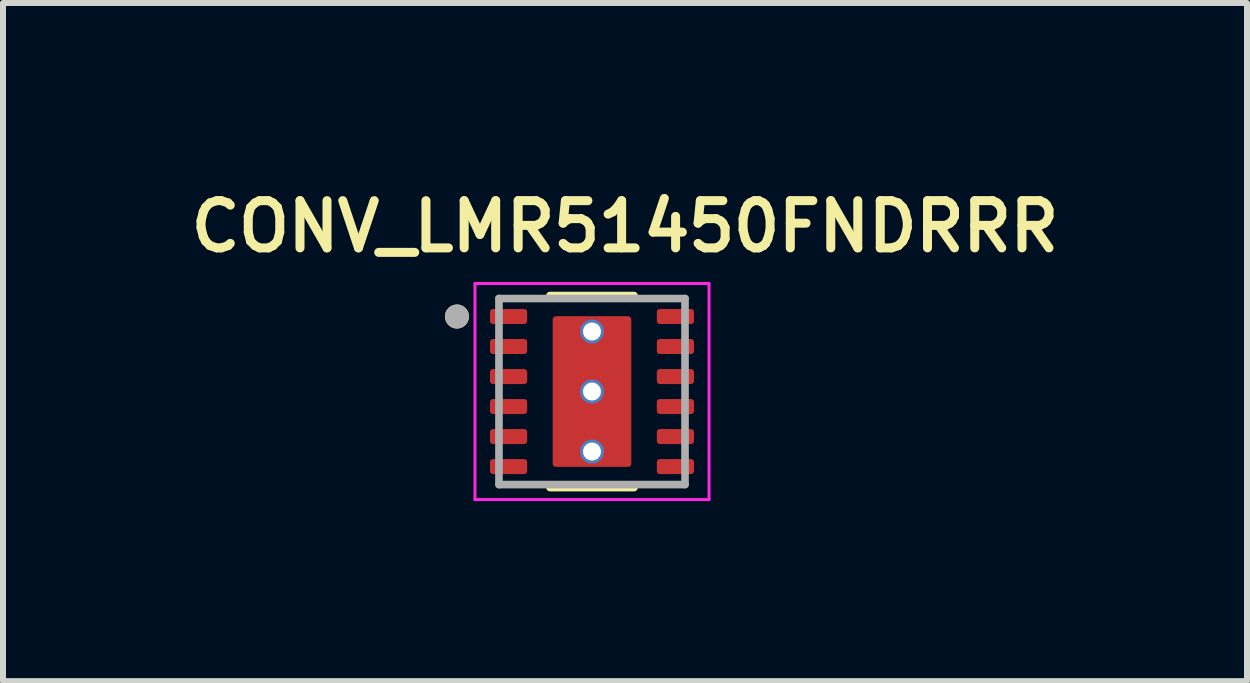
<source format=kicad_pcb>
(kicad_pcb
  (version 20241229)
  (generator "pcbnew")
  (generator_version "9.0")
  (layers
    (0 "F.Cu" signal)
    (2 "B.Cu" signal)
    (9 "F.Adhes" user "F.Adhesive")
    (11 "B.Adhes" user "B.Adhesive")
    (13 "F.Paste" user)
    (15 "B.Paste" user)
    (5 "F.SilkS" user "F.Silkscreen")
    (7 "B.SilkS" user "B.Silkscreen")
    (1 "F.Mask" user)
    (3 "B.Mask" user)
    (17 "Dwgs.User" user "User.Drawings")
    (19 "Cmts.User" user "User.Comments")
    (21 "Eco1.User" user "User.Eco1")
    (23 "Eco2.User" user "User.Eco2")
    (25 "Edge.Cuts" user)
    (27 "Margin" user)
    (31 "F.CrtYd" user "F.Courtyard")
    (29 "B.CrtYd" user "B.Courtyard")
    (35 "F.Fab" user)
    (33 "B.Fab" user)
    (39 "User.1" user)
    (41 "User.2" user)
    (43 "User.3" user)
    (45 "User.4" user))
  (footprint "CONV_LMR51450FNDRRR"
    (layer "F.Cu")
    (at 6.814 3.474)
    (property "Reference" "CONV_LMR51450FNDRRR" (at 0.55 -2.75 0) (layer "F.SilkS") (effects (font (size 0.787 0.787) (thickness 0.15))))
    (attr smd)
    (fp_poly (pts (xy -1.645 -0.94) (xy -1.135 -0.94) (xy -1.129 -0.94) (xy -1.122 -0.939) (xy -1.116 -0.939) (xy -1.11 -0.937) (xy -1.104 -0.936) (xy -1.098 -0.934) (xy -1.092 -0.932) (xy -1.086 -0.93) (xy -1.081 -0.927) (xy -1.075 -0.924) (xy -1.07 -0.921) (xy -1.064 -0.917) (xy -1.059 -0.913) (xy -1.055 -0.909) (xy -1.05 -0.905) (xy -1.046 -0.9) (xy -1.042 -0.896) (xy -1.038 -0.891) (xy -1.034 -0.885) (xy -1.031 -0.88) (xy -1.028 -0.874) (xy -1.025 -0.869) (xy -1.023 -0.863) (xy -1.021 -0.857) (xy -1.019 -0.851) (xy -1.018 -0.845) (xy -1.016 -0.839) (xy -1.016 -0.833) (xy -1.015 -0.826) (xy -1.015 -0.82) (xy -1.015 -0.68) (xy -1.015 -0.674) (xy -1.016 -0.667) (xy -1.016 -0.661) (xy -1.018 -0.655) (xy -1.019 -0.649) (xy -1.021 -0.643) (xy -1.023 -0.637) (xy -1.025 -0.631) (xy -1.028 -0.626) (xy -1.031 -0.62) (xy -1.034 -0.615) (xy -1.038 -0.609) (xy -1.042 -0.604) (xy -1.046 -0.6) (xy -1.05 -0.595) (xy -1.055 -0.591) (xy -1.059 -0.587) (xy -1.064 -0.583) (xy -1.07 -0.579) (xy -1.075 -0.576) (xy -1.081 -0.573) (xy -1.086 -0.57) (xy -1.092 -0.568) (xy -1.098 -0.566) (xy -1.104 -0.564) (xy -1.11 -0.563) (xy -1.116 -0.561) (xy -1.122 -0.561) (xy -1.129 -0.56) (xy -1.135 -0.56) (xy -1.645 -0.56) (xy -1.651 -0.56) (xy -1.658 -0.561) (xy -1.664 -0.561) (xy -1.67 -0.563) (xy -1.676 -0.564) (xy -1.682 -0.566) (xy -1.688 -0.568) (xy -1.694 -0.57) (xy -1.699 -0.573) (xy -1.705 -0.576) (xy -1.71 -0.579) (xy -1.716 -0.583) (xy -1.721 -0.587) (xy -1.725 -0.591) (xy -1.73 -0.595) (xy -1.734 -0.6) (xy -1.738 -0.604) (xy -1.742 -0.609) (xy -1.746 -0.615) (xy -1.749 -0.62) (xy -1.752 -0.626) (xy -1.755 -0.631) (xy -1.757 -0.637) (xy -1.759 -0.643) (xy -1.761 -0.649) (xy -1.762 -0.655) (xy -1.764 -0.661) (xy -1.764 -0.667) (xy -1.765 -0.674) (xy -1.765 -0.68) (xy -1.765 -0.82) (xy -1.765 -0.826) (xy -1.764 -0.833) (xy -1.764 -0.839) (xy -1.762 -0.845) (xy -1.761 -0.851) (xy -1.759 -0.857) (xy -1.757 -0.863) (xy -1.755 -0.869) (xy -1.752 -0.874) (xy -1.749 -0.88) (xy -1.746 -0.885) (xy -1.742 -0.891) (xy -1.738 -0.896) (xy -1.734 -0.9) (xy -1.73 -0.905) (xy -1.725 -0.909) (xy -1.721 -0.913) (xy -1.716 -0.917) (xy -1.71 -0.921) (xy -1.705 -0.924) (xy -1.699 -0.927) (xy -1.694 -0.93) (xy -1.688 -0.932) (xy -1.682 -0.934) (xy -1.676 -0.936) (xy -1.67 -0.937) (xy -1.664 -0.939) (xy -1.658 -0.939) (xy -1.651 -0.94) (xy -1.645 -0.94)) (stroke (width 0.01) (type solid)) (fill yes) (layer "F.Mask"))
    (fp_poly (pts (xy -1.645 -0.44) (xy -1.135 -0.44) (xy -1.129 -0.44) (xy -1.122 -0.439) (xy -1.116 -0.439) (xy -1.11 -0.437) (xy -1.104 -0.436) (xy -1.098 -0.434) (xy -1.092 -0.432) (xy -1.086 -0.43) (xy -1.081 -0.427) (xy -1.075 -0.424) (xy -1.07 -0.421) (xy -1.064 -0.417) (xy -1.059 -0.413) (xy -1.055 -0.409) (xy -1.05 -0.405) (xy -1.046 -0.4) (xy -1.042 -0.396) (xy -1.038 -0.391) (xy -1.034 -0.385) (xy -1.031 -0.38) (xy -1.028 -0.374) (xy -1.025 -0.369) (xy -1.023 -0.363) (xy -1.021 -0.357) (xy -1.019 -0.351) (xy -1.018 -0.345) (xy -1.016 -0.339) (xy -1.016 -0.333) (xy -1.015 -0.326) (xy -1.015 -0.32) (xy -1.015 -0.18) (xy -1.015 -0.174) (xy -1.016 -0.167) (xy -1.016 -0.161) (xy -1.018 -0.155) (xy -1.019 -0.149) (xy -1.021 -0.143) (xy -1.023 -0.137) (xy -1.025 -0.131) (xy -1.028 -0.126) (xy -1.031 -0.12) (xy -1.034 -0.115) (xy -1.038 -0.109) (xy -1.042 -0.104) (xy -1.046 -0.1) (xy -1.05 -0.095) (xy -1.055 -0.091) (xy -1.059 -0.087) (xy -1.064 -0.083) (xy -1.07 -0.079) (xy -1.075 -0.076) (xy -1.081 -0.073) (xy -1.086 -0.07) (xy -1.092 -0.068) (xy -1.098 -0.066) (xy -1.104 -0.064) (xy -1.11 -0.063) (xy -1.116 -0.061) (xy -1.122 -0.061) (xy -1.129 -0.06) (xy -1.135 -0.06) (xy -1.645 -0.06) (xy -1.651 -0.06) (xy -1.658 -0.061) (xy -1.664 -0.061) (xy -1.67 -0.063) (xy -1.676 -0.064) (xy -1.682 -0.066) (xy -1.688 -0.068) (xy -1.694 -0.07) (xy -1.699 -0.073) (xy -1.705 -0.076) (xy -1.71 -0.079) (xy -1.716 -0.083) (xy -1.721 -0.087) (xy -1.725 -0.091) (xy -1.73 -0.095) (xy -1.734 -0.1) (xy -1.738 -0.104) (xy -1.742 -0.109) (xy -1.746 -0.115) (xy -1.749 -0.12) (xy -1.752 -0.126) (xy -1.755 -0.131) (xy -1.757 -0.137) (xy -1.759 -0.143) (xy -1.761 -0.149) (xy -1.762 -0.155) (xy -1.764 -0.161) (xy -1.764 -0.167) (xy -1.765 -0.174) (xy -1.765 -0.18) (xy -1.765 -0.32) (xy -1.765 -0.326) (xy -1.764 -0.333) (xy -1.764 -0.339) (xy -1.762 -0.345) (xy -1.761 -0.351) (xy -1.759 -0.357) (xy -1.757 -0.363) (xy -1.755 -0.369) (xy -1.752 -0.374) (xy -1.749 -0.38) (xy -1.746 -0.385) (xy -1.742 -0.391) (xy -1.738 -0.396) (xy -1.734 -0.4) (xy -1.73 -0.405) (xy -1.725 -0.409) (xy -1.721 -0.413) (xy -1.716 -0.417) (xy -1.71 -0.421) (xy -1.705 -0.424) (xy -1.699 -0.427) (xy -1.694 -0.43) (xy -1.688 -0.432) (xy -1.682 -0.434) (xy -1.676 -0.436) (xy -1.67 -0.437) (xy -1.664 -0.439) (xy -1.658 -0.439) (xy -1.651 -0.44) (xy -1.645 -0.44)) (stroke (width 0.01) (type solid)) (fill yes) (layer "F.Mask"))
    (fp_poly (pts (xy -1.645 0.56) (xy -1.135 0.56) (xy -1.129 0.56) (xy -1.122 0.561) (xy -1.116 0.561) (xy -1.11 0.563) (xy -1.104 0.564) (xy -1.098 0.566) (xy -1.092 0.568) (xy -1.086 0.57) (xy -1.081 0.573) (xy -1.075 0.576) (xy -1.07 0.579) (xy -1.064 0.583) (xy -1.059 0.587) (xy -1.055 0.591) (xy -1.05 0.595) (xy -1.046 0.6) (xy -1.042 0.604) (xy -1.038 0.609) (xy -1.034 0.615) (xy -1.031 0.62) (xy -1.028 0.626) (xy -1.025 0.631) (xy -1.023 0.637) (xy -1.021 0.643) (xy -1.019 0.649) (xy -1.018 0.655) (xy -1.016 0.661) (xy -1.016 0.667) (xy -1.015 0.674) (xy -1.015 0.68) (xy -1.015 0.82) (xy -1.015 0.826) (xy -1.016 0.833) (xy -1.016 0.839) (xy -1.018 0.845) (xy -1.019 0.851) (xy -1.021 0.857) (xy -1.023 0.863) (xy -1.025 0.869) (xy -1.028 0.874) (xy -1.031 0.88) (xy -1.034 0.885) (xy -1.038 0.891) (xy -1.042 0.896) (xy -1.046 0.9) (xy -1.05 0.905) (xy -1.055 0.909) (xy -1.059 0.913) (xy -1.064 0.917) (xy -1.07 0.921) (xy -1.075 0.924) (xy -1.081 0.927) (xy -1.086 0.93) (xy -1.092 0.932) (xy -1.098 0.934) (xy -1.104 0.936) (xy -1.11 0.937) (xy -1.116 0.939) (xy -1.122 0.939) (xy -1.129 0.94) (xy -1.135 0.94) (xy -1.645 0.94) (xy -1.651 0.94) (xy -1.658 0.939) (xy -1.664 0.939) (xy -1.67 0.937) (xy -1.676 0.936) (xy -1.682 0.934) (xy -1.688 0.932) (xy -1.694 0.93) (xy -1.699 0.927) (xy -1.705 0.924) (xy -1.71 0.921) (xy -1.716 0.917) (xy -1.721 0.913) (xy -1.725 0.909) (xy -1.73 0.905) (xy -1.734 0.9) (xy -1.738 0.896) (xy -1.742 0.891) (xy -1.746 0.885) (xy -1.749 0.88) (xy -1.752 0.874) (xy -1.755 0.869) (xy -1.757 0.863) (xy -1.759 0.857) (xy -1.761 0.851) (xy -1.762 0.845) (xy -1.764 0.839) (xy -1.764 0.833) (xy -1.765 0.826) (xy -1.765 0.82) (xy -1.765 0.68) (xy -1.765 0.674) (xy -1.764 0.667) (xy -1.764 0.661) (xy -1.762 0.655) (xy -1.761 0.649) (xy -1.759 0.643) (xy -1.757 0.637) (xy -1.755 0.631) (xy -1.752 0.626) (xy -1.749 0.62) (xy -1.746 0.615) (xy -1.742 0.609) (xy -1.738 0.604) (xy -1.734 0.6) (xy -1.73 0.595) (xy -1.725 0.591) (xy -1.721 0.587) (xy -1.716 0.583) (xy -1.71 0.579) (xy -1.705 0.576) (xy -1.699 0.573) (xy -1.694 0.57) (xy -1.688 0.568) (xy -1.682 0.566) (xy -1.676 0.564) (xy -1.67 0.563) (xy -1.664 0.561) (xy -1.658 0.561) (xy -1.651 0.56) (xy -1.645 0.56)) (stroke (width 0.01) (type solid)) (fill yes) (layer "F.Mask"))
    (fp_poly (pts (xy -1.645 1.06) (xy -1.135 1.06) (xy -1.129 1.06) (xy -1.122 1.061) (xy -1.116 1.061) (xy -1.11 1.063) (xy -1.104 1.064) (xy -1.098 1.066) (xy -1.092 1.068) (xy -1.086 1.07) (xy -1.081 1.073) (xy -1.075 1.076) (xy -1.07 1.079) (xy -1.064 1.083) (xy -1.059 1.087) (xy -1.055 1.091) (xy -1.05 1.095) (xy -1.046 1.1) (xy -1.042 1.104) (xy -1.038 1.109) (xy -1.034 1.115) (xy -1.031 1.12) (xy -1.028 1.126) (xy -1.025 1.131) (xy -1.023 1.137) (xy -1.021 1.143) (xy -1.019 1.149) (xy -1.018 1.155) (xy -1.016 1.161) (xy -1.016 1.167) (xy -1.015 1.174) (xy -1.015 1.18) (xy -1.015 1.32) (xy -1.015 1.326) (xy -1.016 1.333) (xy -1.016 1.339) (xy -1.018 1.345) (xy -1.019 1.351) (xy -1.021 1.357) (xy -1.023 1.363) (xy -1.025 1.369) (xy -1.028 1.374) (xy -1.031 1.38) (xy -1.034 1.385) (xy -1.038 1.391) (xy -1.042 1.396) (xy -1.046 1.4) (xy -1.05 1.405) (xy -1.055 1.409) (xy -1.059 1.413) (xy -1.064 1.417) (xy -1.07 1.421) (xy -1.075 1.424) (xy -1.081 1.427) (xy -1.086 1.43) (xy -1.092 1.432) (xy -1.098 1.434) (xy -1.104 1.436) (xy -1.11 1.437) (xy -1.116 1.439) (xy -1.122 1.439) (xy -1.129 1.44) (xy -1.135 1.44) (xy -1.645 1.44) (xy -1.651 1.44) (xy -1.658 1.439) (xy -1.664 1.439) (xy -1.67 1.437) (xy -1.676 1.436) (xy -1.682 1.434) (xy -1.688 1.432) (xy -1.694 1.43) (xy -1.699 1.427) (xy -1.705 1.424) (xy -1.71 1.421) (xy -1.716 1.417) (xy -1.721 1.413) (xy -1.725 1.409) (xy -1.73 1.405) (xy -1.734 1.4) (xy -1.738 1.396) (xy -1.742 1.391) (xy -1.746 1.385) (xy -1.749 1.38) (xy -1.752 1.374) (xy -1.755 1.369) (xy -1.757 1.363) (xy -1.759 1.357) (xy -1.761 1.351) (xy -1.762 1.345) (xy -1.764 1.339) (xy -1.764 1.333) (xy -1.765 1.326) (xy -1.765 1.32) (xy -1.765 1.18) (xy -1.765 1.174) (xy -1.764 1.167) (xy -1.764 1.161) (xy -1.762 1.155) (xy -1.761 1.149) (xy -1.759 1.143) (xy -1.757 1.137) (xy -1.755 1.131) (xy -1.752 1.126) (xy -1.749 1.12) (xy -1.746 1.115) (xy -1.742 1.109) (xy -1.738 1.104) (xy -1.734 1.1) (xy -1.73 1.095) (xy -1.725 1.091) (xy -1.721 1.087) (xy -1.716 1.083) (xy -1.71 1.079) (xy -1.705 1.076) (xy -1.699 1.073) (xy -1.694 1.07) (xy -1.688 1.068) (xy -1.682 1.066) (xy -1.676 1.064) (xy -1.67 1.063) (xy -1.664 1.061) (xy -1.658 1.061) (xy -1.651 1.06) (xy -1.645 1.06)) (stroke (width 0.01) (type solid)) (fill yes) (layer "F.Mask"))
    (fp_poly (pts (xy -1.015 -1.32) (xy -1.015 -1.18) (xy -1.015 -1.174) (xy -1.016 -1.167) (xy -1.016 -1.161) (xy -1.018 -1.155) (xy -1.019 -1.149) (xy -1.021 -1.143) (xy -1.023 -1.137) (xy -1.025 -1.131) (xy -1.028 -1.126) (xy -1.031 -1.12) (xy -1.034 -1.115) (xy -1.038 -1.109) (xy -1.042 -1.104) (xy -1.046 -1.1) (xy -1.05 -1.095) (xy -1.055 -1.091) (xy -1.059 -1.087) (xy -1.064 -1.083) (xy -1.07 -1.079) (xy -1.075 -1.076) (xy -1.081 -1.073) (xy -1.086 -1.07) (xy -1.092 -1.068) (xy -1.098 -1.066) (xy -1.104 -1.064) (xy -1.11 -1.063) (xy -1.116 -1.061) (xy -1.122 -1.061) (xy -1.129 -1.06) (xy -1.135 -1.06) (xy -1.645 -1.06) (xy -1.651 -1.06) (xy -1.658 -1.061) (xy -1.664 -1.061) (xy -1.67 -1.063) (xy -1.676 -1.064) (xy -1.682 -1.066) (xy -1.688 -1.068) (xy -1.694 -1.07) (xy -1.699 -1.073) (xy -1.705 -1.076) (xy -1.71 -1.079) (xy -1.716 -1.083) (xy -1.721 -1.087) (xy -1.725 -1.091) (xy -1.73 -1.095) (xy -1.734 -1.1) (xy -1.738 -1.104) (xy -1.742 -1.109) (xy -1.746 -1.115) (xy -1.749 -1.12) (xy -1.752 -1.126) (xy -1.755 -1.131) (xy -1.757 -1.137) (xy -1.759 -1.143) (xy -1.761 -1.149) (xy -1.762 -1.155) (xy -1.764 -1.161) (xy -1.764 -1.167) (xy -1.765 -1.174) (xy -1.765 -1.18) (xy -1.765 -1.32) (xy -1.765 -1.326) (xy -1.764 -1.333) (xy -1.764 -1.339) (xy -1.762 -1.345) (xy -1.761 -1.351) (xy -1.759 -1.357) (xy -1.757 -1.363) (xy -1.755 -1.369) (xy -1.752 -1.374) (xy -1.749 -1.38) (xy -1.746 -1.385) (xy -1.742 -1.391) (xy -1.738 -1.396) (xy -1.734 -1.4) (xy -1.73 -1.405) (xy -1.725 -1.409) (xy -1.721 -1.413) (xy -1.716 -1.417) (xy -1.71 -1.421) (xy -1.705 -1.424) (xy -1.699 -1.427) (xy -1.694 -1.43) (xy -1.688 -1.432) (xy -1.682 -1.434) (xy -1.676 -1.436) (xy -1.67 -1.437) (xy -1.664 -1.439) (xy -1.658 -1.439) (xy -1.651 -1.44) (xy -1.645 -1.44) (xy -1.135 -1.44) (xy -1.129 -1.44) (xy -1.122 -1.439) (xy -1.116 -1.439) (xy -1.11 -1.437) (xy -1.104 -1.436) (xy -1.098 -1.434) (xy -1.092 -1.432) (xy -1.086 -1.43) (xy -1.081 -1.427) (xy -1.075 -1.424) (xy -1.07 -1.421) (xy -1.064 -1.417) (xy -1.059 -1.413) (xy -1.055 -1.409) (xy -1.05 -1.405) (xy -1.046 -1.4) (xy -1.042 -1.396) (xy -1.038 -1.391) (xy -1.034 -1.385) (xy -1.031 -1.38) (xy -1.028 -1.374) (xy -1.025 -1.369) (xy -1.023 -1.363) (xy -1.021 -1.357) (xy -1.019 -1.351) (xy -1.018 -1.345) (xy -1.016 -1.339) (xy -1.016 -1.333) (xy -1.015 -1.326) (xy -1.015 -1.32)) (stroke (width 0.01) (type solid)) (fill yes) (layer "F.Mask"))
    (fp_poly (pts (xy -1.015 0.18) (xy -1.015 0.32) (xy -1.015 0.326) (xy -1.016 0.333) (xy -1.016 0.339) (xy -1.018 0.345) (xy -1.019 0.351) (xy -1.021 0.357) (xy -1.023 0.363) (xy -1.025 0.369) (xy -1.028 0.374) (xy -1.031 0.38) (xy -1.034 0.385) (xy -1.038 0.391) (xy -1.042 0.396) (xy -1.046 0.4) (xy -1.05 0.405) (xy -1.055 0.409) (xy -1.059 0.413) (xy -1.064 0.417) (xy -1.07 0.421) (xy -1.075 0.424) (xy -1.081 0.427) (xy -1.086 0.43) (xy -1.092 0.432) (xy -1.098 0.434) (xy -1.104 0.436) (xy -1.11 0.437) (xy -1.116 0.439) (xy -1.122 0.439) (xy -1.129 0.44) (xy -1.135 0.44) (xy -1.645 0.44) (xy -1.651 0.44) (xy -1.658 0.439) (xy -1.664 0.439) (xy -1.67 0.437) (xy -1.676 0.436) (xy -1.682 0.434) (xy -1.688 0.432) (xy -1.694 0.43) (xy -1.699 0.427) (xy -1.705 0.424) (xy -1.71 0.421) (xy -1.716 0.417) (xy -1.721 0.413) (xy -1.725 0.409) (xy -1.73 0.405) (xy -1.734 0.4) (xy -1.738 0.396) (xy -1.742 0.391) (xy -1.746 0.385) (xy -1.749 0.38) (xy -1.752 0.374) (xy -1.755 0.369) (xy -1.757 0.363) (xy -1.759 0.357) (xy -1.761 0.351) (xy -1.762 0.345) (xy -1.764 0.339) (xy -1.764 0.333) (xy -1.765 0.326) (xy -1.765 0.32) (xy -1.765 0.18) (xy -1.765 0.174) (xy -1.764 0.167) (xy -1.764 0.161) (xy -1.762 0.155) (xy -1.761 0.149) (xy -1.759 0.143) (xy -1.757 0.137) (xy -1.755 0.131) (xy -1.752 0.126) (xy -1.749 0.12) (xy -1.746 0.115) (xy -1.742 0.109) (xy -1.738 0.104) (xy -1.734 0.1) (xy -1.73 0.095) (xy -1.725 0.091) (xy -1.721 0.087) (xy -1.716 0.083) (xy -1.71 0.079) (xy -1.705 0.076) (xy -1.699 0.073) (xy -1.694 0.07) (xy -1.688 0.068) (xy -1.682 0.066) (xy -1.676 0.064) (xy -1.67 0.063) (xy -1.664 0.061) (xy -1.658 0.061) (xy -1.651 0.06) (xy -1.645 0.06) (xy -1.135 0.06) (xy -1.129 0.06) (xy -1.122 0.061) (xy -1.116 0.061) (xy -1.11 0.063) (xy -1.104 0.064) (xy -1.098 0.066) (xy -1.092 0.068) (xy -1.086 0.07) (xy -1.081 0.073) (xy -1.075 0.076) (xy -1.07 0.079) (xy -1.064 0.083) (xy -1.059 0.087) (xy -1.055 0.091) (xy -1.05 0.095) (xy -1.046 0.1) (xy -1.042 0.104) (xy -1.038 0.109) (xy -1.034 0.115) (xy -1.031 0.12) (xy -1.028 0.126) (xy -1.025 0.131) (xy -1.023 0.137) (xy -1.021 0.143) (xy -1.019 0.149) (xy -1.018 0.155) (xy -1.016 0.161) (xy -1.016 0.167) (xy -1.015 0.174) (xy -1.015 0.18)) (stroke (width 0.01) (type solid)) (fill yes) (layer "F.Mask"))
    (fp_poly (pts (xy -0.6 -1.32) (xy -0.606 -1.32) (xy -0.613 -1.319) (xy -0.619 -1.319) (xy -0.625 -1.317) (xy -0.631 -1.316) (xy -0.637 -1.314) (xy -0.643 -1.312) (xy -0.649 -1.31) (xy -0.654 -1.307) (xy -0.66 -1.304) (xy -0.665 -1.301) (xy -0.671 -1.297) (xy -0.676 -1.293) (xy -0.68 -1.289) (xy -0.685 -1.285) (xy -0.689 -1.28) (xy -0.693 -1.276) (xy -0.697 -1.271) (xy -0.701 -1.265) (xy -0.704 -1.26) (xy -0.707 -1.254) (xy -0.71 -1.249) (xy -0.712 -1.243) (xy -0.714 -1.237) (xy -0.716 -1.231) (xy -0.717 -1.225) (xy -0.719 -1.219) (xy -0.719 -1.213) (xy -0.72 -1.206) (xy -0.72 -1.2) (xy -0.72 1.2) (xy -0.72 1.206) (xy -0.719 1.213) (xy -0.719 1.219) (xy -0.717 1.225) (xy -0.716 1.231) (xy -0.714 1.237) (xy -0.712 1.243) (xy -0.71 1.249) (xy -0.707 1.254) (xy -0.704 1.26) (xy -0.701 1.265) (xy -0.697 1.271) (xy -0.693 1.276) (xy -0.689 1.28) (xy -0.685 1.285) (xy -0.68 1.289) (xy -0.676 1.293) (xy -0.671 1.297) (xy -0.665 1.301) (xy -0.66 1.304) (xy -0.654 1.307) (xy -0.649 1.31) (xy -0.643 1.312) (xy -0.637 1.314) (xy -0.631 1.316) (xy -0.625 1.317) (xy -0.619 1.319) (xy -0.613 1.319) (xy -0.606 1.32) (xy -0.6 1.32) (xy 0.6 1.32) (xy 0.606 1.32) (xy 0.613 1.319) (xy 0.619 1.319) (xy 0.625 1.317) (xy 0.631 1.316) (xy 0.637 1.314) (xy 0.643 1.312) (xy 0.649 1.31) (xy 0.654 1.307) (xy 0.66 1.304) (xy 0.665 1.301) (xy 0.671 1.297) (xy 0.676 1.293) (xy 0.68 1.289) (xy 0.685 1.285) (xy 0.689 1.28) (xy 0.693 1.276) (xy 0.697 1.271) (xy 0.701 1.265) (xy 0.704 1.26) (xy 0.707 1.254) (xy 0.71 1.249) (xy 0.712 1.243) (xy 0.714 1.237) (xy 0.716 1.231) (xy 0.717 1.225) (xy 0.719 1.219) (xy 0.719 1.213) (xy 0.72 1.206) (xy 0.72 1.2) (xy 0.72 -1.2) (xy 0.72 -1.206) (xy 0.719 -1.213) (xy 0.719 -1.219) (xy 0.717 -1.225) (xy 0.716 -1.231) (xy 0.714 -1.237) (xy 0.712 -1.243) (xy 0.71 -1.249) (xy 0.707 -1.254) (xy 0.704 -1.26) (xy 0.701 -1.265) (xy 0.697 -1.271) (xy 0.693 -1.276) (xy 0.689 -1.28) (xy 0.685 -1.285) (xy 0.68 -1.289) (xy 0.676 -1.293) (xy 0.671 -1.297) (xy 0.665 -1.301) (xy 0.66 -1.304) (xy 0.654 -1.307) (xy 0.649 -1.31) (xy 0.643 -1.312) (xy 0.637 -1.314) (xy 0.631 -1.316) (xy 0.625 -1.317) (xy 0.619 -1.319) (xy 0.613 -1.319) (xy 0.606 -1.32) (xy 0.6 -1.32) (xy -0.6 -1.32)) (stroke (width 0.01) (type solid)) (fill yes) (layer "F.Mask"))
    (fp_poly (pts (xy 1.015 -1.32) (xy 1.015 -1.18) (xy 1.015 -1.174) (xy 1.016 -1.167) (xy 1.016 -1.161) (xy 1.018 -1.155) (xy 1.019 -1.149) (xy 1.021 -1.143) (xy 1.023 -1.137) (xy 1.025 -1.131) (xy 1.028 -1.126) (xy 1.031 -1.12) (xy 1.034 -1.115) (xy 1.038 -1.109) (xy 1.042 -1.104) (xy 1.046 -1.1) (xy 1.05 -1.095) (xy 1.055 -1.091) (xy 1.059 -1.087) (xy 1.064 -1.083) (xy 1.07 -1.079) (xy 1.075 -1.076) (xy 1.081 -1.073) (xy 1.086 -1.07) (xy 1.092 -1.068) (xy 1.098 -1.066) (xy 1.104 -1.064) (xy 1.11 -1.063) (xy 1.116 -1.061) (xy 1.122 -1.061) (xy 1.129 -1.06) (xy 1.135 -1.06) (xy 1.645 -1.06) (xy 1.651 -1.06) (xy 1.658 -1.061) (xy 1.664 -1.061) (xy 1.67 -1.063) (xy 1.676 -1.064) (xy 1.682 -1.066) (xy 1.688 -1.068) (xy 1.694 -1.07) (xy 1.699 -1.073) (xy 1.705 -1.076) (xy 1.71 -1.079) (xy 1.716 -1.083) (xy 1.721 -1.087) (xy 1.725 -1.091) (xy 1.73 -1.095) (xy 1.734 -1.1) (xy 1.738 -1.104) (xy 1.742 -1.109) (xy 1.746 -1.115) (xy 1.749 -1.12) (xy 1.752 -1.126) (xy 1.755 -1.131) (xy 1.757 -1.137) (xy 1.759 -1.143) (xy 1.761 -1.149) (xy 1.762 -1.155) (xy 1.764 -1.161) (xy 1.764 -1.167) (xy 1.765 -1.174) (xy 1.765 -1.18) (xy 1.765 -1.32) (xy 1.765 -1.326) (xy 1.764 -1.333) (xy 1.764 -1.339) (xy 1.762 -1.345) (xy 1.761 -1.351) (xy 1.759 -1.357) (xy 1.757 -1.363) (xy 1.755 -1.369) (xy 1.752 -1.374) (xy 1.749 -1.38) (xy 1.746 -1.385) (xy 1.742 -1.391) (xy 1.738 -1.396) (xy 1.734 -1.4) (xy 1.73 -1.405) (xy 1.725 -1.409) (xy 1.721 -1.413) (xy 1.716 -1.417) (xy 1.71 -1.421) (xy 1.705 -1.424) (xy 1.699 -1.427) (xy 1.694 -1.43) (xy 1.688 -1.432) (xy 1.682 -1.434) (xy 1.676 -1.436) (xy 1.67 -1.437) (xy 1.664 -1.439) (xy 1.658 -1.439) (xy 1.651 -1.44) (xy 1.645 -1.44) (xy 1.135 -1.44) (xy 1.129 -1.44) (xy 1.122 -1.439) (xy 1.116 -1.439) (xy 1.11 -1.437) (xy 1.104 -1.436) (xy 1.098 -1.434) (xy 1.092 -1.432) (xy 1.086 -1.43) (xy 1.081 -1.427) (xy 1.075 -1.424) (xy 1.07 -1.421) (xy 1.064 -1.417) (xy 1.059 -1.413) (xy 1.055 -1.409) (xy 1.05 -1.405) (xy 1.046 -1.4) (xy 1.042 -1.396) (xy 1.038 -1.391) (xy 1.034 -1.385) (xy 1.031 -1.38) (xy 1.028 -1.374) (xy 1.025 -1.369) (xy 1.023 -1.363) (xy 1.021 -1.357) (xy 1.019 -1.351) (xy 1.018 -1.345) (xy 1.016 -1.339) (xy 1.016 -1.333) (xy 1.015 -1.326) (xy 1.015 -1.32)) (stroke (width 0.01) (type solid)) (fill yes) (layer "F.Mask"))
    (fp_poly (pts (xy 1.015 0.18) (xy 1.015 0.32) (xy 1.015 0.326) (xy 1.016 0.333) (xy 1.016 0.339) (xy 1.018 0.345) (xy 1.019 0.351) (xy 1.021 0.357) (xy 1.023 0.363) (xy 1.025 0.369) (xy 1.028 0.374) (xy 1.031 0.38) (xy 1.034 0.385) (xy 1.038 0.391) (xy 1.042 0.396) (xy 1.046 0.4) (xy 1.05 0.405) (xy 1.055 0.409) (xy 1.059 0.413) (xy 1.064 0.417) (xy 1.07 0.421) (xy 1.075 0.424) (xy 1.081 0.427) (xy 1.086 0.43) (xy 1.092 0.432) (xy 1.098 0.434) (xy 1.104 0.436) (xy 1.11 0.437) (xy 1.116 0.439) (xy 1.122 0.439) (xy 1.129 0.44) (xy 1.135 0.44) (xy 1.645 0.44) (xy 1.651 0.44) (xy 1.658 0.439) (xy 1.664 0.439) (xy 1.67 0.437) (xy 1.676 0.436) (xy 1.682 0.434) (xy 1.688 0.432) (xy 1.694 0.43) (xy 1.699 0.427) (xy 1.705 0.424) (xy 1.71 0.421) (xy 1.716 0.417) (xy 1.721 0.413) (xy 1.725 0.409) (xy 1.73 0.405) (xy 1.734 0.4) (xy 1.738 0.396) (xy 1.742 0.391) (xy 1.746 0.385) (xy 1.749 0.38) (xy 1.752 0.374) (xy 1.755 0.369) (xy 1.757 0.363) (xy 1.759 0.357) (xy 1.761 0.351) (xy 1.762 0.345) (xy 1.764 0.339) (xy 1.764 0.333) (xy 1.765 0.326) (xy 1.765 0.32) (xy 1.765 0.18) (xy 1.765 0.174) (xy 1.764 0.167) (xy 1.764 0.161) (xy 1.762 0.155) (xy 1.761 0.149) (xy 1.759 0.143) (xy 1.757 0.137) (xy 1.755 0.131) (xy 1.752 0.126) (xy 1.749 0.12) (xy 1.746 0.115) (xy 1.742 0.109) (xy 1.738 0.104) (xy 1.734 0.1) (xy 1.73 0.095) (xy 1.725 0.091) (xy 1.721 0.087) (xy 1.716 0.083) (xy 1.71 0.079) (xy 1.705 0.076) (xy 1.699 0.073) (xy 1.694 0.07) (xy 1.688 0.068) (xy 1.682 0.066) (xy 1.676 0.064) (xy 1.67 0.063) (xy 1.664 0.061) (xy 1.658 0.061) (xy 1.651 0.06) (xy 1.645 0.06) (xy 1.135 0.06) (xy 1.129 0.06) (xy 1.122 0.061) (xy 1.116 0.061) (xy 1.11 0.063) (xy 1.104 0.064) (xy 1.098 0.066) (xy 1.092 0.068) (xy 1.086 0.07) (xy 1.081 0.073) (xy 1.075 0.076) (xy 1.07 0.079) (xy 1.064 0.083) (xy 1.059 0.087) (xy 1.055 0.091) (xy 1.05 0.095) (xy 1.046 0.1) (xy 1.042 0.104) (xy 1.038 0.109) (xy 1.034 0.115) (xy 1.031 0.12) (xy 1.028 0.126) (xy 1.025 0.131) (xy 1.023 0.137) (xy 1.021 0.143) (xy 1.019 0.149) (xy 1.018 0.155) (xy 1.016 0.161) (xy 1.016 0.167) (xy 1.015 0.174) (xy 1.015 0.18)) (stroke (width 0.01) (type solid)) (fill yes) (layer "F.Mask"))
    (fp_poly (pts (xy 1.645 -0.94) (xy 1.135 -0.94) (xy 1.129 -0.94) (xy 1.122 -0.939) (xy 1.116 -0.939) (xy 1.11 -0.937) (xy 1.104 -0.936) (xy 1.098 -0.934) (xy 1.092 -0.932) (xy 1.086 -0.93) (xy 1.081 -0.927) (xy 1.075 -0.924) (xy 1.07 -0.921) (xy 1.064 -0.917) (xy 1.059 -0.913) (xy 1.055 -0.909) (xy 1.05 -0.905) (xy 1.046 -0.9) (xy 1.042 -0.896) (xy 1.038 -0.891) (xy 1.034 -0.885) (xy 1.031 -0.88) (xy 1.028 -0.874) (xy 1.025 -0.869) (xy 1.023 -0.863) (xy 1.021 -0.857) (xy 1.019 -0.851) (xy 1.018 -0.845) (xy 1.016 -0.839) (xy 1.016 -0.833) (xy 1.015 -0.826) (xy 1.015 -0.82) (xy 1.015 -0.68) (xy 1.015 -0.674) (xy 1.016 -0.667) (xy 1.016 -0.661) (xy 1.018 -0.655) (xy 1.019 -0.649) (xy 1.021 -0.643) (xy 1.023 -0.637) (xy 1.025 -0.631) (xy 1.028 -0.626) (xy 1.031 -0.62) (xy 1.034 -0.615) (xy 1.038 -0.609) (xy 1.042 -0.604) (xy 1.046 -0.6) (xy 1.05 -0.595) (xy 1.055 -0.591) (xy 1.059 -0.587) (xy 1.064 -0.583) (xy 1.07 -0.579) (xy 1.075 -0.576) (xy 1.081 -0.573) (xy 1.086 -0.57) (xy 1.092 -0.568) (xy 1.098 -0.566) (xy 1.104 -0.564) (xy 1.11 -0.563) (xy 1.116 -0.561) (xy 1.122 -0.561) (xy 1.129 -0.56) (xy 1.135 -0.56) (xy 1.645 -0.56) (xy 1.651 -0.56) (xy 1.658 -0.561) (xy 1.664 -0.561) (xy 1.67 -0.563) (xy 1.676 -0.564) (xy 1.682 -0.566) (xy 1.688 -0.568) (xy 1.694 -0.57) (xy 1.699 -0.573) (xy 1.705 -0.576) (xy 1.71 -0.579) (xy 1.716 -0.583) (xy 1.721 -0.587) (xy 1.725 -0.591) (xy 1.73 -0.595) (xy 1.734 -0.6) (xy 1.738 -0.604) (xy 1.742 -0.609) (xy 1.746 -0.615) (xy 1.749 -0.62) (xy 1.752 -0.626) (xy 1.755 -0.631) (xy 1.757 -0.637) (xy 1.759 -0.643) (xy 1.761 -0.649) (xy 1.762 -0.655) (xy 1.764 -0.661) (xy 1.764 -0.667) (xy 1.765 -0.674) (xy 1.765 -0.68) (xy 1.765 -0.82) (xy 1.765 -0.826) (xy 1.764 -0.833) (xy 1.764 -0.839) (xy 1.762 -0.845) (xy 1.761 -0.851) (xy 1.759 -0.857) (xy 1.757 -0.863) (xy 1.755 -0.869) (xy 1.752 -0.874) (xy 1.749 -0.88) (xy 1.746 -0.885) (xy 1.742 -0.891) (xy 1.738 -0.896) (xy 1.734 -0.9) (xy 1.73 -0.905) (xy 1.725 -0.909) (xy 1.721 -0.913) (xy 1.716 -0.917) (xy 1.71 -0.921) (xy 1.705 -0.924) (xy 1.699 -0.927) (xy 1.694 -0.93) (xy 1.688 -0.932) (xy 1.682 -0.934) (xy 1.676 -0.936) (xy 1.67 -0.937) (xy 1.664 -0.939) (xy 1.658 -0.939) (xy 1.651 -0.94) (xy 1.645 -0.94)) (stroke (width 0.01) (type solid)) (fill yes) (layer "F.Mask"))
    (fp_poly (pts (xy 1.645 -0.44) (xy 1.135 -0.44) (xy 1.129 -0.44) (xy 1.122 -0.439) (xy 1.116 -0.439) (xy 1.11 -0.437) (xy 1.104 -0.436) (xy 1.098 -0.434) (xy 1.092 -0.432) (xy 1.086 -0.43) (xy 1.081 -0.427) (xy 1.075 -0.424) (xy 1.07 -0.421) (xy 1.064 -0.417) (xy 1.059 -0.413) (xy 1.055 -0.409) (xy 1.05 -0.405) (xy 1.046 -0.4) (xy 1.042 -0.396) (xy 1.038 -0.391) (xy 1.034 -0.385) (xy 1.031 -0.38) (xy 1.028 -0.374) (xy 1.025 -0.369) (xy 1.023 -0.363) (xy 1.021 -0.357) (xy 1.019 -0.351) (xy 1.018 -0.345) (xy 1.016 -0.339) (xy 1.016 -0.333) (xy 1.015 -0.326) (xy 1.015 -0.32) (xy 1.015 -0.18) (xy 1.015 -0.174) (xy 1.016 -0.167) (xy 1.016 -0.161) (xy 1.018 -0.155) (xy 1.019 -0.149) (xy 1.021 -0.143) (xy 1.023 -0.137) (xy 1.025 -0.131) (xy 1.028 -0.126) (xy 1.031 -0.12) (xy 1.034 -0.115) (xy 1.038 -0.109) (xy 1.042 -0.104) (xy 1.046 -0.1) (xy 1.05 -0.095) (xy 1.055 -0.091) (xy 1.059 -0.087) (xy 1.064 -0.083) (xy 1.07 -0.079) (xy 1.075 -0.076) (xy 1.081 -0.073) (xy 1.086 -0.07) (xy 1.092 -0.068) (xy 1.098 -0.066) (xy 1.104 -0.064) (xy 1.11 -0.063) (xy 1.116 -0.061) (xy 1.122 -0.061) (xy 1.129 -0.06) (xy 1.135 -0.06) (xy 1.645 -0.06) (xy 1.651 -0.06) (xy 1.658 -0.061) (xy 1.664 -0.061) (xy 1.67 -0.063) (xy 1.676 -0.064) (xy 1.682 -0.066) (xy 1.688 -0.068) (xy 1.694 -0.07) (xy 1.699 -0.073) (xy 1.705 -0.076) (xy 1.71 -0.079) (xy 1.716 -0.083) (xy 1.721 -0.087) (xy 1.725 -0.091) (xy 1.73 -0.095) (xy 1.734 -0.1) (xy 1.738 -0.104) (xy 1.742 -0.109) (xy 1.746 -0.115) (xy 1.749 -0.12) (xy 1.752 -0.126) (xy 1.755 -0.131) (xy 1.757 -0.137) (xy 1.759 -0.143) (xy 1.761 -0.149) (xy 1.762 -0.155) (xy 1.764 -0.161) (xy 1.764 -0.167) (xy 1.765 -0.174) (xy 1.765 -0.18) (xy 1.765 -0.32) (xy 1.765 -0.326) (xy 1.764 -0.333) (xy 1.764 -0.339) (xy 1.762 -0.345) (xy 1.761 -0.351) (xy 1.759 -0.357) (xy 1.757 -0.363) (xy 1.755 -0.369) (xy 1.752 -0.374) (xy 1.749 -0.38) (xy 1.746 -0.385) (xy 1.742 -0.391) (xy 1.738 -0.396) (xy 1.734 -0.4) (xy 1.73 -0.405) (xy 1.725 -0.409) (xy 1.721 -0.413) (xy 1.716 -0.417) (xy 1.71 -0.421) (xy 1.705 -0.424) (xy 1.699 -0.427) (xy 1.694 -0.43) (xy 1.688 -0.432) (xy 1.682 -0.434) (xy 1.676 -0.436) (xy 1.67 -0.437) (xy 1.664 -0.439) (xy 1.658 -0.439) (xy 1.651 -0.44) (xy 1.645 -0.44)) (stroke (width 0.01) (type solid)) (fill yes) (layer "F.Mask"))
    (fp_poly (pts (xy 1.645 0.56) (xy 1.135 0.56) (xy 1.129 0.56) (xy 1.122 0.561) (xy 1.116 0.561) (xy 1.11 0.563) (xy 1.104 0.564) (xy 1.098 0.566) (xy 1.092 0.568) (xy 1.086 0.57) (xy 1.081 0.573) (xy 1.075 0.576) (xy 1.07 0.579) (xy 1.064 0.583) (xy 1.059 0.587) (xy 1.055 0.591) (xy 1.05 0.595) (xy 1.046 0.6) (xy 1.042 0.604) (xy 1.038 0.609) (xy 1.034 0.615) (xy 1.031 0.62) (xy 1.028 0.626) (xy 1.025 0.631) (xy 1.023 0.637) (xy 1.021 0.643) (xy 1.019 0.649) (xy 1.018 0.655) (xy 1.016 0.661) (xy 1.016 0.667) (xy 1.015 0.674) (xy 1.015 0.68) (xy 1.015 0.82) (xy 1.015 0.826) (xy 1.016 0.833) (xy 1.016 0.839) (xy 1.018 0.845) (xy 1.019 0.851) (xy 1.021 0.857) (xy 1.023 0.863) (xy 1.025 0.869) (xy 1.028 0.874) (xy 1.031 0.88) (xy 1.034 0.885) (xy 1.038 0.891) (xy 1.042 0.896) (xy 1.046 0.9) (xy 1.05 0.905) (xy 1.055 0.909) (xy 1.059 0.913) (xy 1.064 0.917) (xy 1.07 0.921) (xy 1.075 0.924) (xy 1.081 0.927) (xy 1.086 0.93) (xy 1.092 0.932) (xy 1.098 0.934) (xy 1.104 0.936) (xy 1.11 0.937) (xy 1.116 0.939) (xy 1.122 0.939) (xy 1.129 0.94) (xy 1.135 0.94) (xy 1.645 0.94) (xy 1.651 0.94) (xy 1.658 0.939) (xy 1.664 0.939) (xy 1.67 0.937) (xy 1.676 0.936) (xy 1.682 0.934) (xy 1.688 0.932) (xy 1.694 0.93) (xy 1.699 0.927) (xy 1.705 0.924) (xy 1.71 0.921) (xy 1.716 0.917) (xy 1.721 0.913) (xy 1.725 0.909) (xy 1.73 0.905) (xy 1.734 0.9) (xy 1.738 0.896) (xy 1.742 0.891) (xy 1.746 0.885) (xy 1.749 0.88) (xy 1.752 0.874) (xy 1.755 0.869) (xy 1.757 0.863) (xy 1.759 0.857) (xy 1.761 0.851) (xy 1.762 0.845) (xy 1.764 0.839) (xy 1.764 0.833) (xy 1.765 0.826) (xy 1.765 0.82) (xy 1.765 0.68) (xy 1.765 0.674) (xy 1.764 0.667) (xy 1.764 0.661) (xy 1.762 0.655) (xy 1.761 0.649) (xy 1.759 0.643) (xy 1.757 0.637) (xy 1.755 0.631) (xy 1.752 0.626) (xy 1.749 0.62) (xy 1.746 0.615) (xy 1.742 0.609) (xy 1.738 0.604) (xy 1.734 0.6) (xy 1.73 0.595) (xy 1.725 0.591) (xy 1.721 0.587) (xy 1.716 0.583) (xy 1.71 0.579) (xy 1.705 0.576) (xy 1.699 0.573) (xy 1.694 0.57) (xy 1.688 0.568) (xy 1.682 0.566) (xy 1.676 0.564) (xy 1.67 0.563) (xy 1.664 0.561) (xy 1.658 0.561) (xy 1.651 0.56) (xy 1.645 0.56)) (stroke (width 0.01) (type solid)) (fill yes) (layer "F.Mask"))
    (fp_poly (pts (xy 1.645 1.06) (xy 1.135 1.06) (xy 1.129 1.06) (xy 1.122 1.061) (xy 1.116 1.061) (xy 1.11 1.063) (xy 1.104 1.064) (xy 1.098 1.066) (xy 1.092 1.068) (xy 1.086 1.07) (xy 1.081 1.073) (xy 1.075 1.076) (xy 1.07 1.079) (xy 1.064 1.083) (xy 1.059 1.087) (xy 1.055 1.091) (xy 1.05 1.095) (xy 1.046 1.1) (xy 1.042 1.104) (xy 1.038 1.109) (xy 1.034 1.115) (xy 1.031 1.12) (xy 1.028 1.126) (xy 1.025 1.131) (xy 1.023 1.137) (xy 1.021 1.143) (xy 1.019 1.149) (xy 1.018 1.155) (xy 1.016 1.161) (xy 1.016 1.167) (xy 1.015 1.174) (xy 1.015 1.18) (xy 1.015 1.32) (xy 1.015 1.326) (xy 1.016 1.333) (xy 1.016 1.339) (xy 1.018 1.345) (xy 1.019 1.351) (xy 1.021 1.357) (xy 1.023 1.363) (xy 1.025 1.369) (xy 1.028 1.374) (xy 1.031 1.38) (xy 1.034 1.385) (xy 1.038 1.391) (xy 1.042 1.396) (xy 1.046 1.4) (xy 1.05 1.405) (xy 1.055 1.409) (xy 1.059 1.413) (xy 1.064 1.417) (xy 1.07 1.421) (xy 1.075 1.424) (xy 1.081 1.427) (xy 1.086 1.43) (xy 1.092 1.432) (xy 1.098 1.434) (xy 1.104 1.436) (xy 1.11 1.437) (xy 1.116 1.439) (xy 1.122 1.439) (xy 1.129 1.44) (xy 1.135 1.44) (xy 1.645 1.44) (xy 1.651 1.44) (xy 1.658 1.439) (xy 1.664 1.439) (xy 1.67 1.437) (xy 1.676 1.436) (xy 1.682 1.434) (xy 1.688 1.432) (xy 1.694 1.43) (xy 1.699 1.427) (xy 1.705 1.424) (xy 1.71 1.421) (xy 1.716 1.417) (xy 1.721 1.413) (xy 1.725 1.409) (xy 1.73 1.405) (xy 1.734 1.4) (xy 1.738 1.396) (xy 1.742 1.391) (xy 1.746 1.385) (xy 1.749 1.38) (xy 1.752 1.374) (xy 1.755 1.369) (xy 1.757 1.363) (xy 1.759 1.357) (xy 1.761 1.351) (xy 1.762 1.345) (xy 1.764 1.339) (xy 1.764 1.333) (xy 1.765 1.326) (xy 1.765 1.32) (xy 1.765 1.18) (xy 1.765 1.174) (xy 1.764 1.167) (xy 1.764 1.161) (xy 1.762 1.155) (xy 1.761 1.149) (xy 1.759 1.143) (xy 1.757 1.137) (xy 1.755 1.131) (xy 1.752 1.126) (xy 1.749 1.12) (xy 1.746 1.115) (xy 1.742 1.109) (xy 1.738 1.104) (xy 1.734 1.1) (xy 1.73 1.095) (xy 1.725 1.091) (xy 1.721 1.087) (xy 1.716 1.083) (xy 1.71 1.079) (xy 1.705 1.076) (xy 1.699 1.073) (xy 1.694 1.07) (xy 1.688 1.068) (xy 1.682 1.066) (xy 1.676 1.064) (xy 1.67 1.063) (xy 1.664 1.061) (xy 1.658 1.061) (xy 1.651 1.06) (xy 1.645 1.06)) (stroke (width 0.01) (type solid)) (fill yes) (layer "F.Mask"))
    (fp_line (start -0.7 -1.6) (end 0.7 -1.6) (stroke (width 0.127) (type solid)) (layer "F.SilkS"))
    (fp_line (start -0.7 1.6) (end 0.7 1.6) (stroke (width 0.127) (type solid)) (layer "F.SilkS"))
    (fp_circle (center -2.25 -1.25) (end -2.15 -1.25) (stroke (width 0.2) (type solid)) (fill no) (layer "F.SilkS"))
    (fp_poly (pts (xy -0.605 -0.15) (xy -0.605 -0.147) (xy -0.605 -0.145) (xy -0.604 -0.142) (xy -0.604 -0.14) (xy -0.603 -0.137) (xy -0.603 -0.135) (xy -0.602 -0.132) (xy -0.601 -0.13) (xy -0.6 -0.127) (xy -0.598 -0.125) (xy -0.597 -0.123) (xy -0.595 -0.121) (xy -0.594 -0.119) (xy -0.592 -0.117) (xy -0.59 -0.115) (xy -0.588 -0.113) (xy -0.586 -0.111) (xy -0.584 -0.11) (xy -0.582 -0.108) (xy -0.58 -0.107) (xy -0.578 -0.105) (xy -0.575 -0.104) (xy -0.573 -0.103) (xy -0.57 -0.102) (xy -0.568 -0.102) (xy -0.565 -0.101) (xy -0.563 -0.101) (xy -0.56 -0.1) (xy -0.558 -0.1) (xy -0.555 -0.1) (xy 0.555 -0.1) (xy 0.558 -0.1) (xy 0.56 -0.1) (xy 0.563 -0.101) (xy 0.565 -0.101) (xy 0.568 -0.102) (xy 0.57 -0.102) (xy 0.573 -0.103) (xy 0.575 -0.104) (xy 0.578 -0.105) (xy 0.58 -0.107) (xy 0.582 -0.108) (xy 0.584 -0.11) (xy 0.586 -0.111) (xy 0.588 -0.113) (xy 0.59 -0.115) (xy 0.592 -0.117) (xy 0.594 -0.119) (xy 0.595 -0.121) (xy 0.597 -0.123) (xy 0.598 -0.125) (xy 0.6 -0.127) (xy 0.601 -0.13) (xy 0.602 -0.132) (xy 0.603 -0.135) (xy 0.603 -0.137) (xy 0.604 -0.14) (xy 0.604 -0.142) (xy 0.605 -0.145) (xy 0.605 -0.147) (xy 0.605 -0.15) (xy 0.605 -1.15) (xy 0.605 -1.153) (xy 0.605 -1.155) (xy 0.604 -1.158) (xy 0.604 -1.16) (xy 0.603 -1.163) (xy 0.603 -1.165) (xy 0.602 -1.168) (xy 0.601 -1.17) (xy 0.6 -1.173) (xy 0.598 -1.175) (xy 0.597 -1.177) (xy 0.595 -1.179) (xy 0.594 -1.181) (xy 0.592 -1.183) (xy 0.59 -1.185) (xy 0.588 -1.187) (xy 0.586 -1.189) (xy 0.584 -1.19) (xy 0.582 -1.192) (xy 0.58 -1.193) (xy 0.578 -1.195) (xy 0.575 -1.196) (xy 0.573 -1.197) (xy 0.57 -1.198) (xy 0.568 -1.198) (xy 0.565 -1.199) (xy 0.563 -1.199) (xy 0.56 -1.2) (xy 0.558 -1.2) (xy 0.555 -1.2) (xy -0.555 -1.2) (xy -0.558 -1.2) (xy -0.56 -1.2) (xy -0.563 -1.199) (xy -0.565 -1.199) (xy -0.568 -1.198) (xy -0.57 -1.198) (xy -0.573 -1.197) (xy -0.575 -1.196) (xy -0.578 -1.195) (xy -0.58 -1.193) (xy -0.582 -1.192) (xy -0.584 -1.19) (xy -0.586 -1.189) (xy -0.588 -1.187) (xy -0.59 -1.185) (xy -0.592 -1.183) (xy -0.594 -1.181) (xy -0.595 -1.179) (xy -0.597 -1.177) (xy -0.598 -1.175) (xy -0.6 -1.173) (xy -0.601 -1.17) (xy -0.602 -1.168) (xy -0.603 -1.165) (xy -0.603 -1.163) (xy -0.604 -1.16) (xy -0.604 -1.158) (xy -0.605 -1.155) (xy -0.605 -1.153) (xy -0.605 -1.15) (xy -0.605 -0.15)) (stroke (width 0.01) (type solid)) (fill yes) (layer "F.Paste"))
    (fp_poly (pts (xy -0.555 0.1) (xy -0.558 0.1) (xy -0.56 0.1) (xy -0.563 0.101) (xy -0.565 0.101) (xy -0.568 0.102) (xy -0.57 0.102) (xy -0.573 0.103) (xy -0.575 0.104) (xy -0.578 0.105) (xy -0.58 0.107) (xy -0.582 0.108) (xy -0.584 0.11) (xy -0.586 0.111) (xy -0.588 0.113) (xy -0.59 0.115) (xy -0.592 0.117) (xy -0.594 0.119) (xy -0.595 0.121) (xy -0.597 0.123) (xy -0.598 0.125) (xy -0.6 0.127) (xy -0.601 0.13) (xy -0.602 0.132) (xy -0.603 0.135) (xy -0.603 0.137) (xy -0.604 0.14) (xy -0.604 0.142) (xy -0.605 0.145) (xy -0.605 0.147) (xy -0.605 0.15) (xy -0.605 1.15) (xy -0.605 1.153) (xy -0.605 1.155) (xy -0.604 1.158) (xy -0.604 1.16) (xy -0.603 1.163) (xy -0.603 1.165) (xy -0.602 1.168) (xy -0.601 1.17) (xy -0.6 1.173) (xy -0.598 1.175) (xy -0.597 1.177) (xy -0.595 1.179) (xy -0.594 1.181) (xy -0.592 1.183) (xy -0.59 1.185) (xy -0.588 1.187) (xy -0.586 1.189) (xy -0.584 1.19) (xy -0.582 1.192) (xy -0.58 1.193) (xy -0.578 1.195) (xy -0.575 1.196) (xy -0.573 1.197) (xy -0.57 1.198) (xy -0.568 1.198) (xy -0.565 1.199) (xy -0.563 1.199) (xy -0.56 1.2) (xy -0.558 1.2) (xy -0.555 1.2) (xy 0.555 1.2) (xy 0.558 1.2) (xy 0.56 1.2) (xy 0.563 1.199) (xy 0.565 1.199) (xy 0.568 1.198) (xy 0.57 1.198) (xy 0.573 1.197) (xy 0.575 1.196) (xy 0.578 1.195) (xy 0.58 1.193) (xy 0.582 1.192) (xy 0.584 1.19) (xy 0.586 1.189) (xy 0.588 1.187) (xy 0.59 1.185) (xy 0.592 1.183) (xy 0.594 1.181) (xy 0.595 1.179) (xy 0.597 1.177) (xy 0.598 1.175) (xy 0.6 1.173) (xy 0.601 1.17) (xy 0.602 1.168) (xy 0.603 1.165) (xy 0.603 1.163) (xy 0.604 1.16) (xy 0.604 1.158) (xy 0.605 1.155) (xy 0.605 1.153) (xy 0.605 1.15) (xy 0.605 0.15) (xy 0.605 0.147) (xy 0.605 0.145) (xy 0.604 0.142) (xy 0.604 0.14) (xy 0.603 0.137) (xy 0.603 0.135) (xy 0.602 0.132) (xy 0.601 0.13) (xy 0.6 0.127) (xy 0.598 0.125) (xy 0.597 0.123) (xy 0.595 0.121) (xy 0.594 0.119) (xy 0.592 0.117) (xy 0.59 0.115) (xy 0.588 0.113) (xy 0.586 0.111) (xy 0.584 0.11) (xy 0.582 0.108) (xy 0.58 0.107) (xy 0.578 0.105) (xy 0.575 0.104) (xy 0.573 0.103) (xy 0.57 0.102) (xy 0.568 0.102) (xy 0.565 0.101) (xy 0.563 0.101) (xy 0.56 0.1) (xy 0.558 0.1) (xy 0.555 0.1) (xy -0.555 0.1)) (stroke (width 0.01) (type solid)) (fill yes) (layer "F.Paste"))
    (fp_line (start -1.95 -1.8) (end -1.95 1.8) (stroke (width 0.05) (type solid)) (layer "F.CrtYd"))
    (fp_line (start -1.95 1.8) (end 1.95 1.8) (stroke (width 0.05) (type solid)) (layer "F.CrtYd"))
    (fp_line (start 1.95 -1.8) (end -1.95 -1.8) (stroke (width 0.05) (type solid)) (layer "F.CrtYd"))
    (fp_line (start 1.95 1.8) (end 1.95 -1.8) (stroke (width 0.05) (type solid)) (layer "F.CrtYd"))
    (fp_line (start -1.55 -1.55) (end -1.55 1.55) (stroke (width 0.127) (type solid)) (layer "F.Fab"))
    (fp_line (start -1.55 -1.55) (end 1.55 -1.55) (stroke (width 0.127) (type solid)) (layer "F.Fab"))
    (fp_line (start -1.55 1.55) (end 1.55 1.55) (stroke (width 0.127) (type solid)) (layer "F.Fab"))
    (fp_line (start 1.55 -1.55) (end 1.55 1.55) (stroke (width 0.127) (type solid)) (layer "F.Fab"))
    (fp_circle (center -2.25 -1.25) (end -2.15 -1.25) (stroke (width 0.2) (type solid)) (fill no) (layer "F.Fab"))
    (pad "1" smd roundrect (at -1.39 -1.25) (size 0.62 0.25) (layers "F.Cu" "F.Paste") (roundrect_rratio 0.2))
    (pad "2" smd roundrect (at -1.39 -0.75) (size 0.62 0.25) (layers "F.Cu" "F.Paste") (roundrect_rratio 0.2))
    (pad "3" smd roundrect (at -1.39 -0.25) (size 0.62 0.25) (layers "F.Cu" "F.Paste") (roundrect_rratio 0.2))
    (pad "4" smd roundrect (at -1.39 0.25) (size 0.62 0.25) (layers "F.Cu" "F.Paste") (roundrect_rratio 0.2))
    (pad "5" smd roundrect (at -1.39 0.75) (size 0.62 0.25) (layers "F.Cu" "F.Paste") (roundrect_rratio 0.2))
    (pad "6" smd roundrect (at -1.39 1.25) (size 0.62 0.25) (layers "F.Cu" "F.Paste") (roundrect_rratio 0.2))
    (pad "7" smd roundrect (at 1.39 1.25) (size 0.62 0.25) (layers "F.Cu" "F.Paste") (roundrect_rratio 0.2))
    (pad "8" smd roundrect (at 1.39 0.75) (size 0.62 0.25) (layers "F.Cu" "F.Paste") (roundrect_rratio 0.2))
    (pad "9" smd roundrect (at 1.39 0.25) (size 0.62 0.25) (layers "F.Cu" "F.Paste") (roundrect_rratio 0.2))
    (pad "10" smd roundrect (at 1.39 -0.25) (size 0.62 0.25) (layers "F.Cu" "F.Paste") (roundrect_rratio 0.2))
    (pad "11" smd roundrect (at 1.39 -0.75) (size 0.62 0.25) (layers "F.Cu" "F.Paste") (roundrect_rratio 0.2))
    (pad "12" smd roundrect (at 1.39 -1.25) (size 0.62 0.25) (layers "F.Cu" "F.Paste") (roundrect_rratio 0.2))
    (pad "13" smd custom (at 0 0) (size 0.5 0.5) (layers "F.Cu") (options (anchor rect)) (primitives (gr_poly (pts (xy -0.6 -1.25) (xy -0.603 -1.25) (xy -0.605 -1.25) (xy -0.608 -1.249) (xy -0.61 -1.249) (xy -0.613 -1.248) (xy -0.615 -1.248) (xy -0.618 -1.247) (xy -0.62 -1.246) (xy -0.623 -1.245) (xy -0.625 -1.243) (xy -0.627 -1.242) (xy -0.629 -1.24) (xy -0.631 -1.239) (xy -0.633 -1.237) (xy -0.635 -1.235) (xy -0.637 -1.233) (xy -0.639 -1.231) (xy -0.64 -1.229) (xy -0.642 -1.227) (xy -0.643 -1.225) (xy -0.645 -1.223) (xy -0.646 -1.22) (xy -0.647 -1.218) (xy -0.648 -1.215) (xy -0.648 -1.213) (xy -0.649 -1.21) (xy -0.649 -1.208) (xy -0.65 -1.205) (xy -0.65 -1.203) (xy -0.65 -1.2) (xy -0.65 1.2) (xy -0.65 1.203) (xy -0.65 1.205) (xy -0.649 1.208) (xy -0.649 1.21) (xy -0.648 1.213) (xy -0.648 1.215) (xy -0.647 1.218) (xy -0.646 1.22) (xy -0.645 1.223) (xy -0.643 1.225) (xy -0.642 1.227) (xy -0.64 1.229) (xy -0.639 1.231) (xy -0.637 1.233) (xy -0.635 1.235) (xy -0.633 1.237) (xy -0.631 1.239) (xy -0.629 1.24) (xy -0.627 1.242) (xy -0.625 1.243) (xy -0.623 1.245) (xy -0.62 1.246) (xy -0.618 1.247) (xy -0.615 1.248) (xy -0.613 1.248) (xy -0.61 1.249) (xy -0.608 1.249) (xy -0.605 1.25) (xy -0.603 1.25) (xy -0.6 1.25) (xy 0.6 1.25) (xy 0.603 1.25) (xy 0.605 1.25) (xy 0.608 1.249) (xy 0.61 1.249) (xy 0.613 1.248) (xy 0.615 1.248) (xy 0.618 1.247) (xy 0.62 1.246) (xy 0.623 1.245) (xy 0.625 1.243) (xy 0.627 1.242) (xy 0.629 1.24) (xy 0.631 1.239) (xy 0.633 1.237) (xy 0.635 1.235) (xy 0.637 1.233) (xy 0.639 1.231) (xy 0.64 1.229) (xy 0.642 1.227) (xy 0.643 1.225) (xy 0.645 1.223) (xy 0.646 1.22) (xy 0.647 1.218) (xy 0.648 1.215) (xy 0.648 1.213) (xy 0.649 1.21) (xy 0.649 1.208) (xy 0.65 1.205) (xy 0.65 1.203) (xy 0.65 1.2) (xy 0.65 -1.2) (xy 0.65 -1.203) (xy 0.65 -1.205) (xy 0.649 -1.208) (xy 0.649 -1.21) (xy 0.648 -1.213) (xy 0.648 -1.215) (xy 0.647 -1.218) (xy 0.646 -1.22) (xy 0.645 -1.223) (xy 0.643 -1.225) (xy 0.642 -1.227) (xy 0.64 -1.229) (xy 0.639 -1.231) (xy 0.637 -1.233) (xy 0.635 -1.235) (xy 0.633 -1.237) (xy 0.631 -1.239) (xy 0.629 -1.24) (xy 0.627 -1.242) (xy 0.625 -1.243) (xy 0.623 -1.245) (xy 0.62 -1.246) (xy 0.618 -1.247) (xy 0.615 -1.248) (xy 0.613 -1.248) (xy 0.61 -1.249) (xy 0.608 -1.249) (xy 0.605 -1.25) (xy 0.603 -1.25) (xy 0.6 -1.25) (xy -0.6 -1.25)) (width 0.01) (fill yes))))
    (pad "14" thru_hole circle (at 0 -1) (size 0.4 0.4) (drill 0.3) (layers "*.Cu"))
    (pad "15" thru_hole circle (at 0 0) (size 0.4 0.4) (drill 0.3) (layers "*.Cu"))
    (pad "16" thru_hole circle (at 0 1) (size 0.4 0.4) (drill 0.3) (layers "*.Cu")))
  (gr_rect
    (start -3 -3)
    (end 17.728 8.299)
    (stroke (width 0.1) (type default))
    (fill no)
    (layer "Edge.Cuts")))
</source>
